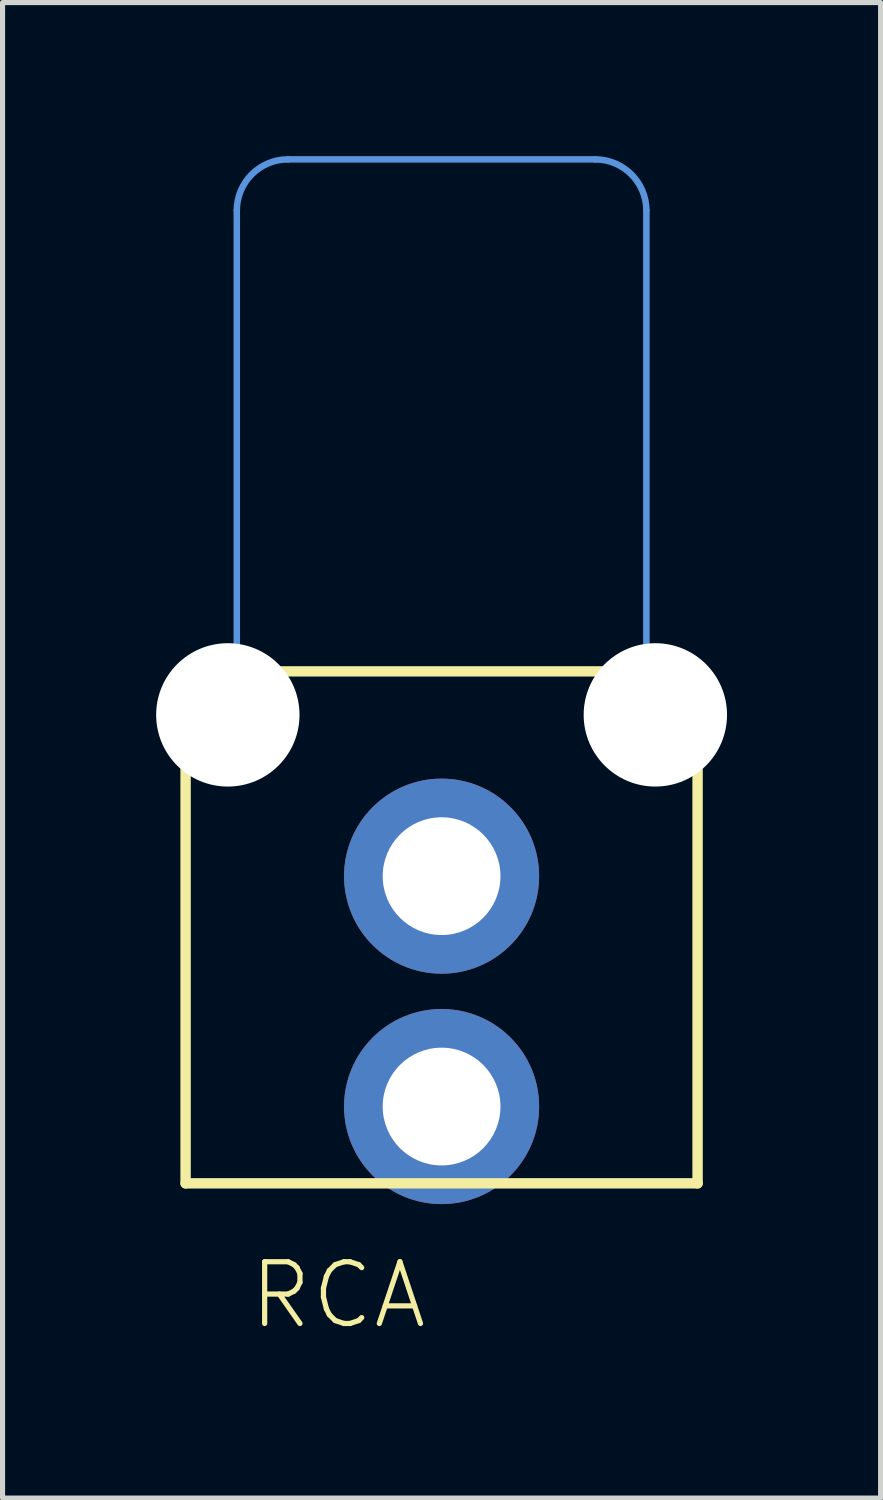
<source format=kicad_pcb>
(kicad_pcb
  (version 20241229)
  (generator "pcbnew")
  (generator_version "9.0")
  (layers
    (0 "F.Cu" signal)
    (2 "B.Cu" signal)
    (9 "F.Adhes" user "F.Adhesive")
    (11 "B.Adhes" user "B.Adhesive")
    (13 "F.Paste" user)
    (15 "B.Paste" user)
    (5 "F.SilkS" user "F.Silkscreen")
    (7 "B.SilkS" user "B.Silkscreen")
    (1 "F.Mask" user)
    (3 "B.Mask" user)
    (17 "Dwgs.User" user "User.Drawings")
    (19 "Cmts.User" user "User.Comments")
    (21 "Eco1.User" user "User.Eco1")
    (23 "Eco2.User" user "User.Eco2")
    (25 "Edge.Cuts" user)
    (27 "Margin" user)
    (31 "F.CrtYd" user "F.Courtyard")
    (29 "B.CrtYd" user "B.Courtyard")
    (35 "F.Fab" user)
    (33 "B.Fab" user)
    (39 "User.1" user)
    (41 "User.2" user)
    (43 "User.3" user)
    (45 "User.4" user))
  (footprint "RCA"
    (layer "F.Cu")
    (at 5.575 14.063)
    (property "Reference" "RCA" (at -3.81 8.89 0) (layer "F.SilkS") (effects (font (size 1.206 1.206) (thickness 0.102)) (justify left bottom)))
    (attr through_hole)
    (fp_line (start -5 -4) (end 5 -4) (stroke (width 0.203) (type solid)) (layer "F.SilkS"))
    (fp_line (start -5 6) (end -5 -4) (stroke (width 0.203) (type solid)) (layer "F.SilkS"))
    (fp_line (start -3.35 -4) (end 3.35 -4) (stroke (width 0.127) (type solid)) (layer "F.SilkS"))
    (fp_line (start -3.35 -2.3) (end -5 -2.3) (stroke (width 0.127) (type solid)) (layer "F.SilkS"))
    (fp_line (start -3.35 -2.3) (end -3.35 -4) (stroke (width 0.127) (type solid)) (layer "F.SilkS"))
    (fp_line (start 3.35 -2.3) (end 3.35 -4) (stroke (width 0.127) (type solid)) (layer "F.SilkS"))
    (fp_line (start 3.35 -2.3) (end 5 -2.3) (stroke (width 0.127) (type solid)) (layer "F.SilkS"))
    (fp_line (start 5 -4) (end 5 6) (stroke (width 0.203) (type solid)) (layer "F.SilkS"))
    (fp_line (start 5 6) (end -5 6) (stroke (width 0.203) (type solid)) (layer "F.SilkS"))
    (fp_line (start -4 -13) (end -4 -4) (stroke (width 0.127) (type solid)) (layer "Cmts.User"))
    (fp_line (start -3 -14) (end 3 -14) (stroke (width 0.127) (type solid)) (layer "Cmts.User"))
    (fp_line (start 4 -13) (end 4 -4) (stroke (width 0.127) (type solid)) (layer "Cmts.User"))
    (fp_arc (start -4 -13) (mid -3.707107 -13.707107) (end -3 -14) (stroke (width 0.127) (type solid)) (layer "Cmts.User"))
    (fp_arc (start 3 -14) (mid 3.707107 -13.707107) (end 4 -13) (stroke (width 0.127) (type solid)) (layer "Cmts.User"))
    (pad "" np_thru_hole circle (at -4.175 -3.15) (size 2.8 2.8) (drill 2.8) (layers "*.Cu"))
    (pad "" np_thru_hole circle (at 4.175 -3.15) (size 2.8 2.8) (drill 2.8) (layers "*.Cu"))
    (pad "1" thru_hole circle (at 0 4.5) (size 3.81 3.81) (drill 2.3) (layers "*.Cu" "*.Mask"))
    (pad "2" thru_hole circle (at 0 0) (size 3.81 3.81) (drill 2.3) (layers "*.Cu" "*.Mask")))
  (gr_rect
    (start -3 -3)
    (end 14.15 26.21)
    (stroke (width 0.1) (type default))
    (fill no)
    (layer "Edge.Cuts")))
</source>
